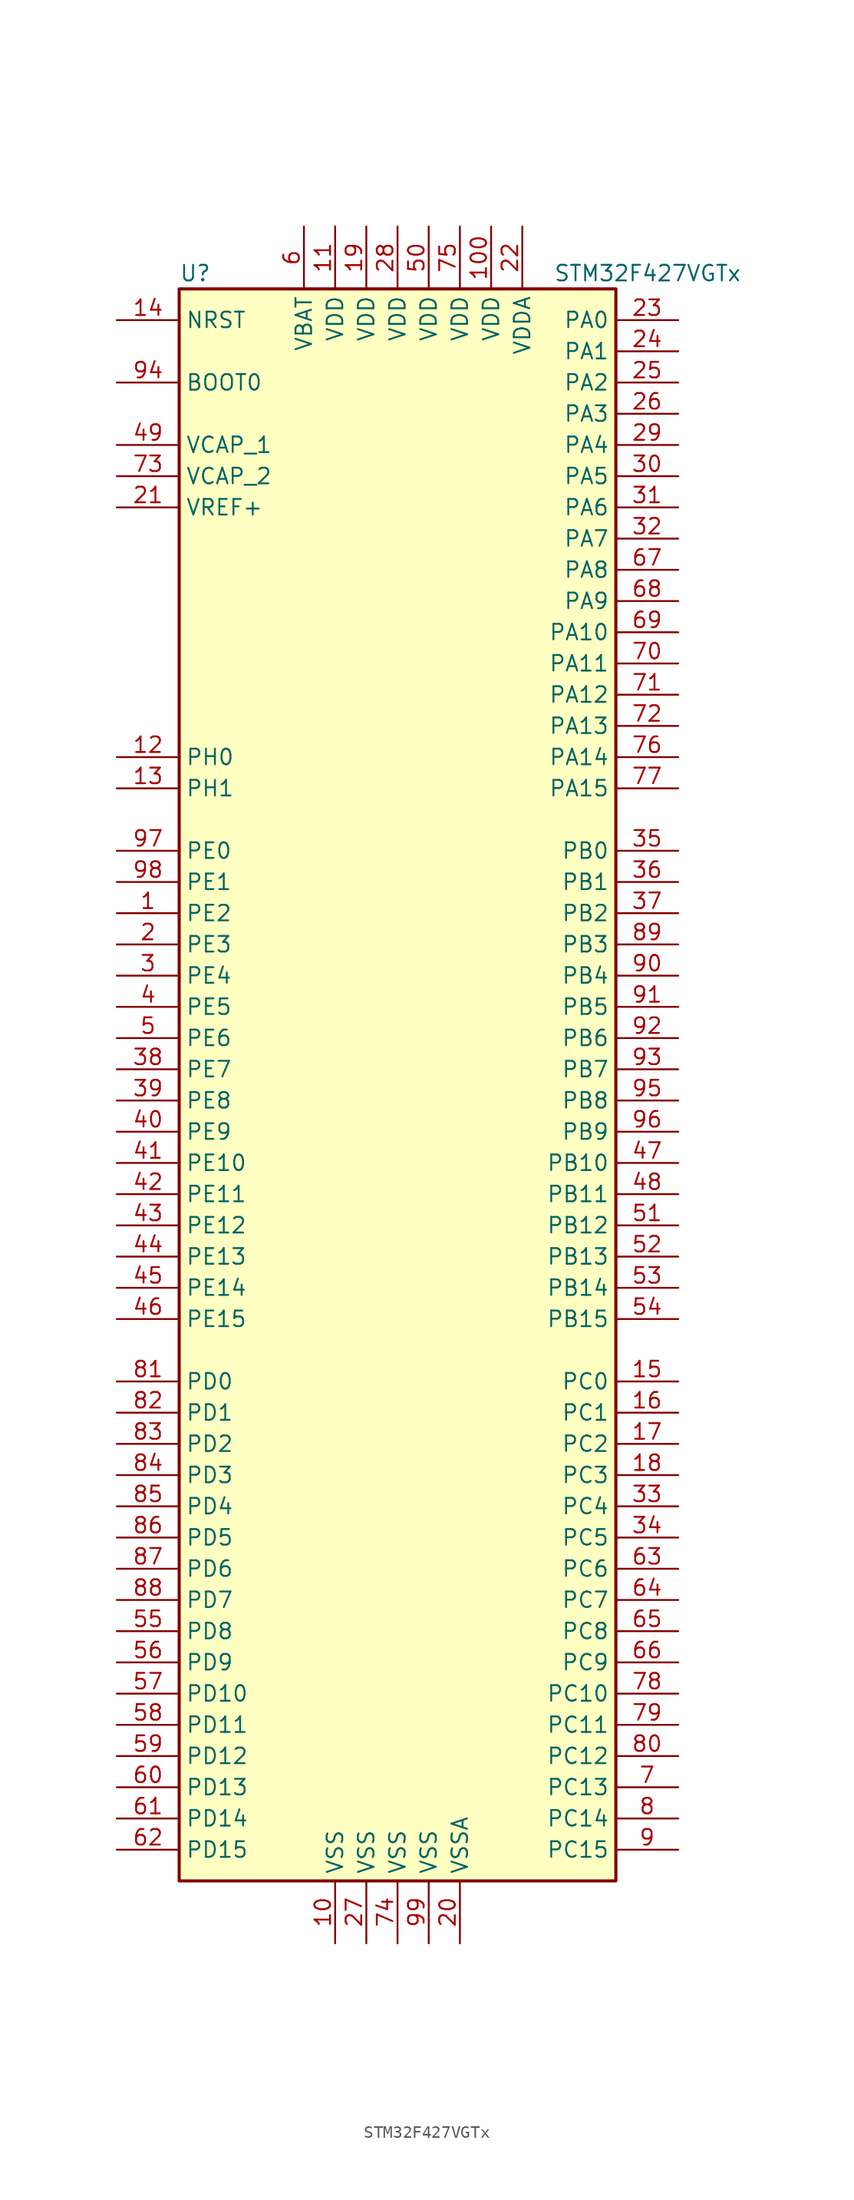
<source format=kicad_sym>
(kicad_symbol_lib
  (version 20201005)
  (generator kicad_symbol_editor)
  (symbol "MCU_ST_STM32F4:STM32F427VGTx"
    (property "Reference" "U"
      (at -17.78 64.77 0)
      (effects (font (size 1.27 1.27)) (justify left)))
    (property "Value" "STM32F427VGTx"
      (at 12.7 64.77 0)
      (effects (font (size 1.27 1.27)) (justify left)))
    (symbol "STM32F427VGTx_0_1"
      (rectangle (start -17.78 -66.04) (end 17.78 63.5) (stroke (width 0.254)) (fill (type background))))
    (symbol "STM32F427VGTx_1_1"
      (pin input line (at -22.86 55.88 0) (length 5.08) (name "BOOT0" (effects (font (size 1.27 1.27)))) (number "94" (effects (font (size 1.27 1.27)))))
      (pin input line (at -22.86 60.96 0) (length 5.08) (name "NRST" (effects (font (size 1.27 1.27)))) (number "14" (effects (font (size 1.27 1.27)))))
      (pin bidirectional line (at 22.86 60.96 180) (length 5.08) (name "PA0" (effects (font (size 1.27 1.27)))) (number "23" (effects (font (size 1.27 1.27)))))
      (pin bidirectional line (at 22.86 58.42 180) (length 5.08) (name "PA1" (effects (font (size 1.27 1.27)))) (number "24" (effects (font (size 1.27 1.27)))))
      (pin bidirectional line (at 22.86 35.56 180) (length 5.08) (name "PA10" (effects (font (size 1.27 1.27)))) (number "69" (effects (font (size 1.27 1.27)))))
      (pin bidirectional line (at 22.86 33.02 180) (length 5.08) (name "PA11" (effects (font (size 1.27 1.27)))) (number "70" (effects (font (size 1.27 1.27)))))
      (pin bidirectional line (at 22.86 30.48 180) (length 5.08) (name "PA12" (effects (font (size 1.27 1.27)))) (number "71" (effects (font (size 1.27 1.27)))))
      (pin bidirectional line (at 22.86 27.94 180) (length 5.08) (name "PA13" (effects (font (size 1.27 1.27)))) (number "72" (effects (font (size 1.27 1.27)))))
      (pin bidirectional line (at 22.86 25.4 180) (length 5.08) (name "PA14" (effects (font (size 1.27 1.27)))) (number "76" (effects (font (size 1.27 1.27)))))
      (pin bidirectional line (at 22.86 22.86 180) (length 5.08) (name "PA15" (effects (font (size 1.27 1.27)))) (number "77" (effects (font (size 1.27 1.27)))))
      (pin bidirectional line (at 22.86 55.88 180) (length 5.08) (name "PA2" (effects (font (size 1.27 1.27)))) (number "25" (effects (font (size 1.27 1.27)))))
      (pin bidirectional line (at 22.86 53.34 180) (length 5.08) (name "PA3" (effects (font (size 1.27 1.27)))) (number "26" (effects (font (size 1.27 1.27)))))
      (pin bidirectional line (at 22.86 50.8 180) (length 5.08) (name "PA4" (effects (font (size 1.27 1.27)))) (number "29" (effects (font (size 1.27 1.27)))))
      (pin bidirectional line (at 22.86 48.26 180) (length 5.08) (name "PA5" (effects (font (size 1.27 1.27)))) (number "30" (effects (font (size 1.27 1.27)))))
      (pin bidirectional line (at 22.86 45.72 180) (length 5.08) (name "PA6" (effects (font (size 1.27 1.27)))) (number "31" (effects (font (size 1.27 1.27)))))
      (pin bidirectional line (at 22.86 43.18 180) (length 5.08) (name "PA7" (effects (font (size 1.27 1.27)))) (number "32" (effects (font (size 1.27 1.27)))))
      (pin bidirectional line (at 22.86 40.64 180) (length 5.08) (name "PA8" (effects (font (size 1.27 1.27)))) (number "67" (effects (font (size 1.27 1.27)))))
      (pin bidirectional line (at 22.86 38.1 180) (length 5.08) (name "PA9" (effects (font (size 1.27 1.27)))) (number "68" (effects (font (size 1.27 1.27)))))
      (pin bidirectional line (at 22.86 17.78 180) (length 5.08) (name "PB0" (effects (font (size 1.27 1.27)))) (number "35" (effects (font (size 1.27 1.27)))))
      (pin bidirectional line (at 22.86 15.24 180) (length 5.08) (name "PB1" (effects (font (size 1.27 1.27)))) (number "36" (effects (font (size 1.27 1.27)))))
      (pin bidirectional line (at 22.86 -7.62 180) (length 5.08) (name "PB10" (effects (font (size 1.27 1.27)))) (number "47" (effects (font (size 1.27 1.27)))))
      (pin bidirectional line (at 22.86 -10.16 180) (length 5.08) (name "PB11" (effects (font (size 1.27 1.27)))) (number "48" (effects (font (size 1.27 1.27)))))
      (pin bidirectional line (at 22.86 -12.7 180) (length 5.08) (name "PB12" (effects (font (size 1.27 1.27)))) (number "51" (effects (font (size 1.27 1.27)))))
      (pin bidirectional line (at 22.86 -15.24 180) (length 5.08) (name "PB13" (effects (font (size 1.27 1.27)))) (number "52" (effects (font (size 1.27 1.27)))))
      (pin bidirectional line (at 22.86 -17.78 180) (length 5.08) (name "PB14" (effects (font (size 1.27 1.27)))) (number "53" (effects (font (size 1.27 1.27)))))
      (pin bidirectional line (at 22.86 -20.32 180) (length 5.08) (name "PB15" (effects (font (size 1.27 1.27)))) (number "54" (effects (font (size 1.27 1.27)))))
      (pin bidirectional line (at 22.86 12.7 180) (length 5.08) (name "PB2" (effects (font (size 1.27 1.27)))) (number "37" (effects (font (size 1.27 1.27)))))
      (pin bidirectional line (at 22.86 10.16 180) (length 5.08) (name "PB3" (effects (font (size 1.27 1.27)))) (number "89" (effects (font (size 1.27 1.27)))))
      (pin bidirectional line (at 22.86 7.62 180) (length 5.08) (name "PB4" (effects (font (size 1.27 1.27)))) (number "90" (effects (font (size 1.27 1.27)))))
      (pin bidirectional line (at 22.86 5.08 180) (length 5.08) (name "PB5" (effects (font (size 1.27 1.27)))) (number "91" (effects (font (size 1.27 1.27)))))
      (pin bidirectional line (at 22.86 2.54 180) (length 5.08) (name "PB6" (effects (font (size 1.27 1.27)))) (number "92" (effects (font (size 1.27 1.27)))))
      (pin bidirectional line (at 22.86 0 180) (length 5.08) (name "PB7" (effects (font (size 1.27 1.27)))) (number "93" (effects (font (size 1.27 1.27)))))
      (pin bidirectional line (at 22.86 -2.54 180) (length 5.08) (name "PB8" (effects (font (size 1.27 1.27)))) (number "95" (effects (font (size 1.27 1.27)))))
      (pin bidirectional line (at 22.86 -5.08 180) (length 5.08) (name "PB9" (effects (font (size 1.27 1.27)))) (number "96" (effects (font (size 1.27 1.27)))))
      (pin bidirectional line (at 22.86 -25.4 180) (length 5.08) (name "PC0" (effects (font (size 1.27 1.27)))) (number "15" (effects (font (size 1.27 1.27)))))
      (pin bidirectional line (at 22.86 -27.94 180) (length 5.08) (name "PC1" (effects (font (size 1.27 1.27)))) (number "16" (effects (font (size 1.27 1.27)))))
      (pin bidirectional line (at 22.86 -50.8 180) (length 5.08) (name "PC10" (effects (font (size 1.27 1.27)))) (number "78" (effects (font (size 1.27 1.27)))))
      (pin bidirectional line (at 22.86 -53.34 180) (length 5.08) (name "PC11" (effects (font (size 1.27 1.27)))) (number "79" (effects (font (size 1.27 1.27)))))
      (pin bidirectional line (at 22.86 -55.88 180) (length 5.08) (name "PC12" (effects (font (size 1.27 1.27)))) (number "80" (effects (font (size 1.27 1.27)))))
      (pin bidirectional line (at 22.86 -58.42 180) (length 5.08) (name "PC13" (effects (font (size 1.27 1.27)))) (number "7" (effects (font (size 1.27 1.27)))))
      (pin bidirectional line (at 22.86 -60.96 180) (length 5.08) (name "PC14" (effects (font (size 1.27 1.27)))) (number "8" (effects (font (size 1.27 1.27)))))
      (pin bidirectional line (at 22.86 -63.5 180) (length 5.08) (name "PC15" (effects (font (size 1.27 1.27)))) (number "9" (effects (font (size 1.27 1.27)))))
      (pin bidirectional line (at 22.86 -30.48 180) (length 5.08) (name "PC2" (effects (font (size 1.27 1.27)))) (number "17" (effects (font (size 1.27 1.27)))))
      (pin bidirectional line (at 22.86 -33.02 180) (length 5.08) (name "PC3" (effects (font (size 1.27 1.27)))) (number "18" (effects (font (size 1.27 1.27)))))
      (pin bidirectional line (at 22.86 -35.56 180) (length 5.08) (name "PC4" (effects (font (size 1.27 1.27)))) (number "33" (effects (font (size 1.27 1.27)))))
      (pin bidirectional line (at 22.86 -38.1 180) (length 5.08) (name "PC5" (effects (font (size 1.27 1.27)))) (number "34" (effects (font (size 1.27 1.27)))))
      (pin bidirectional line (at 22.86 -40.64 180) (length 5.08) (name "PC6" (effects (font (size 1.27 1.27)))) (number "63" (effects (font (size 1.27 1.27)))))
      (pin bidirectional line (at 22.86 -43.18 180) (length 5.08) (name "PC7" (effects (font (size 1.27 1.27)))) (number "64" (effects (font (size 1.27 1.27)))))
      (pin bidirectional line (at 22.86 -45.72 180) (length 5.08) (name "PC8" (effects (font (size 1.27 1.27)))) (number "65" (effects (font (size 1.27 1.27)))))
      (pin bidirectional line (at 22.86 -48.26 180) (length 5.08) (name "PC9" (effects (font (size 1.27 1.27)))) (number "66" (effects (font (size 1.27 1.27)))))
      (pin bidirectional line (at -22.86 -25.4 0) (length 5.08) (name "PD0" (effects (font (size 1.27 1.27)))) (number "81" (effects (font (size 1.27 1.27)))))
      (pin bidirectional line (at -22.86 -27.94 0) (length 5.08) (name "PD1" (effects (font (size 1.27 1.27)))) (number "82" (effects (font (size 1.27 1.27)))))
      (pin bidirectional line (at -22.86 -50.8 0) (length 5.08) (name "PD10" (effects (font (size 1.27 1.27)))) (number "57" (effects (font (size 1.27 1.27)))))
      (pin bidirectional line (at -22.86 -53.34 0) (length 5.08) (name "PD11" (effects (font (size 1.27 1.27)))) (number "58" (effects (font (size 1.27 1.27)))))
      (pin bidirectional line (at -22.86 -55.88 0) (length 5.08) (name "PD12" (effects (font (size 1.27 1.27)))) (number "59" (effects (font (size 1.27 1.27)))))
      (pin bidirectional line (at -22.86 -58.42 0) (length 5.08) (name "PD13" (effects (font (size 1.27 1.27)))) (number "60" (effects (font (size 1.27 1.27)))))
      (pin bidirectional line (at -22.86 -60.96 0) (length 5.08) (name "PD14" (effects (font (size 1.27 1.27)))) (number "61" (effects (font (size 1.27 1.27)))))
      (pin bidirectional line (at -22.86 -63.5 0) (length 5.08) (name "PD15" (effects (font (size 1.27 1.27)))) (number "62" (effects (font (size 1.27 1.27)))))
      (pin bidirectional line (at -22.86 -30.48 0) (length 5.08) (name "PD2" (effects (font (size 1.27 1.27)))) (number "83" (effects (font (size 1.27 1.27)))))
      (pin bidirectional line (at -22.86 -33.02 0) (length 5.08) (name "PD3" (effects (font (size 1.27 1.27)))) (number "84" (effects (font (size 1.27 1.27)))))
      (pin bidirectional line (at -22.86 -35.56 0) (length 5.08) (name "PD4" (effects (font (size 1.27 1.27)))) (number "85" (effects (font (size 1.27 1.27)))))
      (pin bidirectional line (at -22.86 -38.1 0) (length 5.08) (name "PD5" (effects (font (size 1.27 1.27)))) (number "86" (effects (font (size 1.27 1.27)))))
      (pin bidirectional line (at -22.86 -40.64 0) (length 5.08) (name "PD6" (effects (font (size 1.27 1.27)))) (number "87" (effects (font (size 1.27 1.27)))))
      (pin bidirectional line (at -22.86 -43.18 0) (length 5.08) (name "PD7" (effects (font (size 1.27 1.27)))) (number "88" (effects (font (size 1.27 1.27)))))
      (pin bidirectional line (at -22.86 -45.72 0) (length 5.08) (name "PD8" (effects (font (size 1.27 1.27)))) (number "55" (effects (font (size 1.27 1.27)))))
      (pin bidirectional line (at -22.86 -48.26 0) (length 5.08) (name "PD9" (effects (font (size 1.27 1.27)))) (number "56" (effects (font (size 1.27 1.27)))))
      (pin bidirectional line (at -22.86 17.78 0) (length 5.08) (name "PE0" (effects (font (size 1.27 1.27)))) (number "97" (effects (font (size 1.27 1.27)))))
      (pin bidirectional line (at -22.86 15.24 0) (length 5.08) (name "PE1" (effects (font (size 1.27 1.27)))) (number "98" (effects (font (size 1.27 1.27)))))
      (pin bidirectional line (at -22.86 -7.62 0) (length 5.08) (name "PE10" (effects (font (size 1.27 1.27)))) (number "41" (effects (font (size 1.27 1.27)))))
      (pin bidirectional line (at -22.86 -10.16 0) (length 5.08) (name "PE11" (effects (font (size 1.27 1.27)))) (number "42" (effects (font (size 1.27 1.27)))))
      (pin bidirectional line (at -22.86 -12.7 0) (length 5.08) (name "PE12" (effects (font (size 1.27 1.27)))) (number "43" (effects (font (size 1.27 1.27)))))
      (pin bidirectional line (at -22.86 -15.24 0) (length 5.08) (name "PE13" (effects (font (size 1.27 1.27)))) (number "44" (effects (font (size 1.27 1.27)))))
      (pin bidirectional line (at -22.86 -17.78 0) (length 5.08) (name "PE14" (effects (font (size 1.27 1.27)))) (number "45" (effects (font (size 1.27 1.27)))))
      (pin bidirectional line (at -22.86 -20.32 0) (length 5.08) (name "PE15" (effects (font (size 1.27 1.27)))) (number "46" (effects (font (size 1.27 1.27)))))
      (pin bidirectional line (at -22.86 12.7 0) (length 5.08) (name "PE2" (effects (font (size 1.27 1.27)))) (number "1" (effects (font (size 1.27 1.27)))))
      (pin bidirectional line (at -22.86 10.16 0) (length 5.08) (name "PE3" (effects (font (size 1.27 1.27)))) (number "2" (effects (font (size 1.27 1.27)))))
      (pin bidirectional line (at -22.86 7.62 0) (length 5.08) (name "PE4" (effects (font (size 1.27 1.27)))) (number "3" (effects (font (size 1.27 1.27)))))
      (pin bidirectional line (at -22.86 5.08 0) (length 5.08) (name "PE5" (effects (font (size 1.27 1.27)))) (number "4" (effects (font (size 1.27 1.27)))))
      (pin bidirectional line (at -22.86 2.54 0) (length 5.08) (name "PE6" (effects (font (size 1.27 1.27)))) (number "5" (effects (font (size 1.27 1.27)))))
      (pin bidirectional line (at -22.86 0 0) (length 5.08) (name "PE7" (effects (font (size 1.27 1.27)))) (number "38" (effects (font (size 1.27 1.27)))))
      (pin bidirectional line (at -22.86 -2.54 0) (length 5.08) (name "PE8" (effects (font (size 1.27 1.27)))) (number "39" (effects (font (size 1.27 1.27)))))
      (pin bidirectional line (at -22.86 -5.08 0) (length 5.08) (name "PE9" (effects (font (size 1.27 1.27)))) (number "40" (effects (font (size 1.27 1.27)))))
      (pin input line (at -22.86 25.4 0) (length 5.08) (name "PH0" (effects (font (size 1.27 1.27)))) (number "12" (effects (font (size 1.27 1.27)))))
      (pin input line (at -22.86 22.86 0) (length 5.08) (name "PH1" (effects (font (size 1.27 1.27)))) (number "13" (effects (font (size 1.27 1.27)))))
      (pin power_in line (at -7.62 68.58 270) (length 5.08) (name "VBAT" (effects (font (size 1.27 1.27)))) (number "6" (effects (font (size 1.27 1.27)))))
      (pin power_in line (at -22.86 50.8 0) (length 5.08) (name "VCAP_1" (effects (font (size 1.27 1.27)))) (number "49" (effects (font (size 1.27 1.27)))))
      (pin power_in line (at -22.86 48.26 0) (length 5.08) (name "VCAP_2" (effects (font (size 1.27 1.27)))) (number "73" (effects (font (size 1.27 1.27)))))
      (pin power_in line (at 7.62 68.58 270) (length 5.08) (name "VDD" (effects (font (size 1.27 1.27)))) (number "100" (effects (font (size 1.27 1.27)))))
      (pin power_in line (at -5.08 68.58 270) (length 5.08) (name "VDD" (effects (font (size 1.27 1.27)))) (number "11" (effects (font (size 1.27 1.27)))))
      (pin power_in line (at -2.54 68.58 270) (length 5.08) (name "VDD" (effects (font (size 1.27 1.27)))) (number "19" (effects (font (size 1.27 1.27)))))
      (pin power_in line (at 0 68.58 270) (length 5.08) (name "VDD" (effects (font (size 1.27 1.27)))) (number "28" (effects (font (size 1.27 1.27)))))
      (pin power_in line (at 2.54 68.58 270) (length 5.08) (name "VDD" (effects (font (size 1.27 1.27)))) (number "50" (effects (font (size 1.27 1.27)))))
      (pin power_in line (at 5.08 68.58 270) (length 5.08) (name "VDD" (effects (font (size 1.27 1.27)))) (number "75" (effects (font (size 1.27 1.27)))))
      (pin power_in line (at 10.16 68.58 270) (length 5.08) (name "VDDA" (effects (font (size 1.27 1.27)))) (number "22" (effects (font (size 1.27 1.27)))))
      (pin power_in line (at -22.86 45.72 0) (length 5.08) (name "VREF+" (effects (font (size 1.27 1.27)))) (number "21" (effects (font (size 1.27 1.27)))))
      (pin power_in line (at -5.08 -71.12 90) (length 5.08) (name "VSS" (effects (font (size 1.27 1.27)))) (number "10" (effects (font (size 1.27 1.27)))))
      (pin power_in line (at -2.54 -71.12 90) (length 5.08) (name "VSS" (effects (font (size 1.27 1.27)))) (number "27" (effects (font (size 1.27 1.27)))))
      (pin power_in line (at 0 -71.12 90) (length 5.08) (name "VSS" (effects (font (size 1.27 1.27)))) (number "74" (effects (font (size 1.27 1.27)))))
      (pin power_in line (at 2.54 -71.12 90) (length 5.08) (name "VSS" (effects (font (size 1.27 1.27)))) (number "99" (effects (font (size 1.27 1.27)))))
      (pin power_in line (at 5.08 -71.12 90) (length 5.08) (name "VSSA" (effects (font (size 1.27 1.27)))) (number "20" (effects (font (size 1.27 1.27))))))))
</source>
